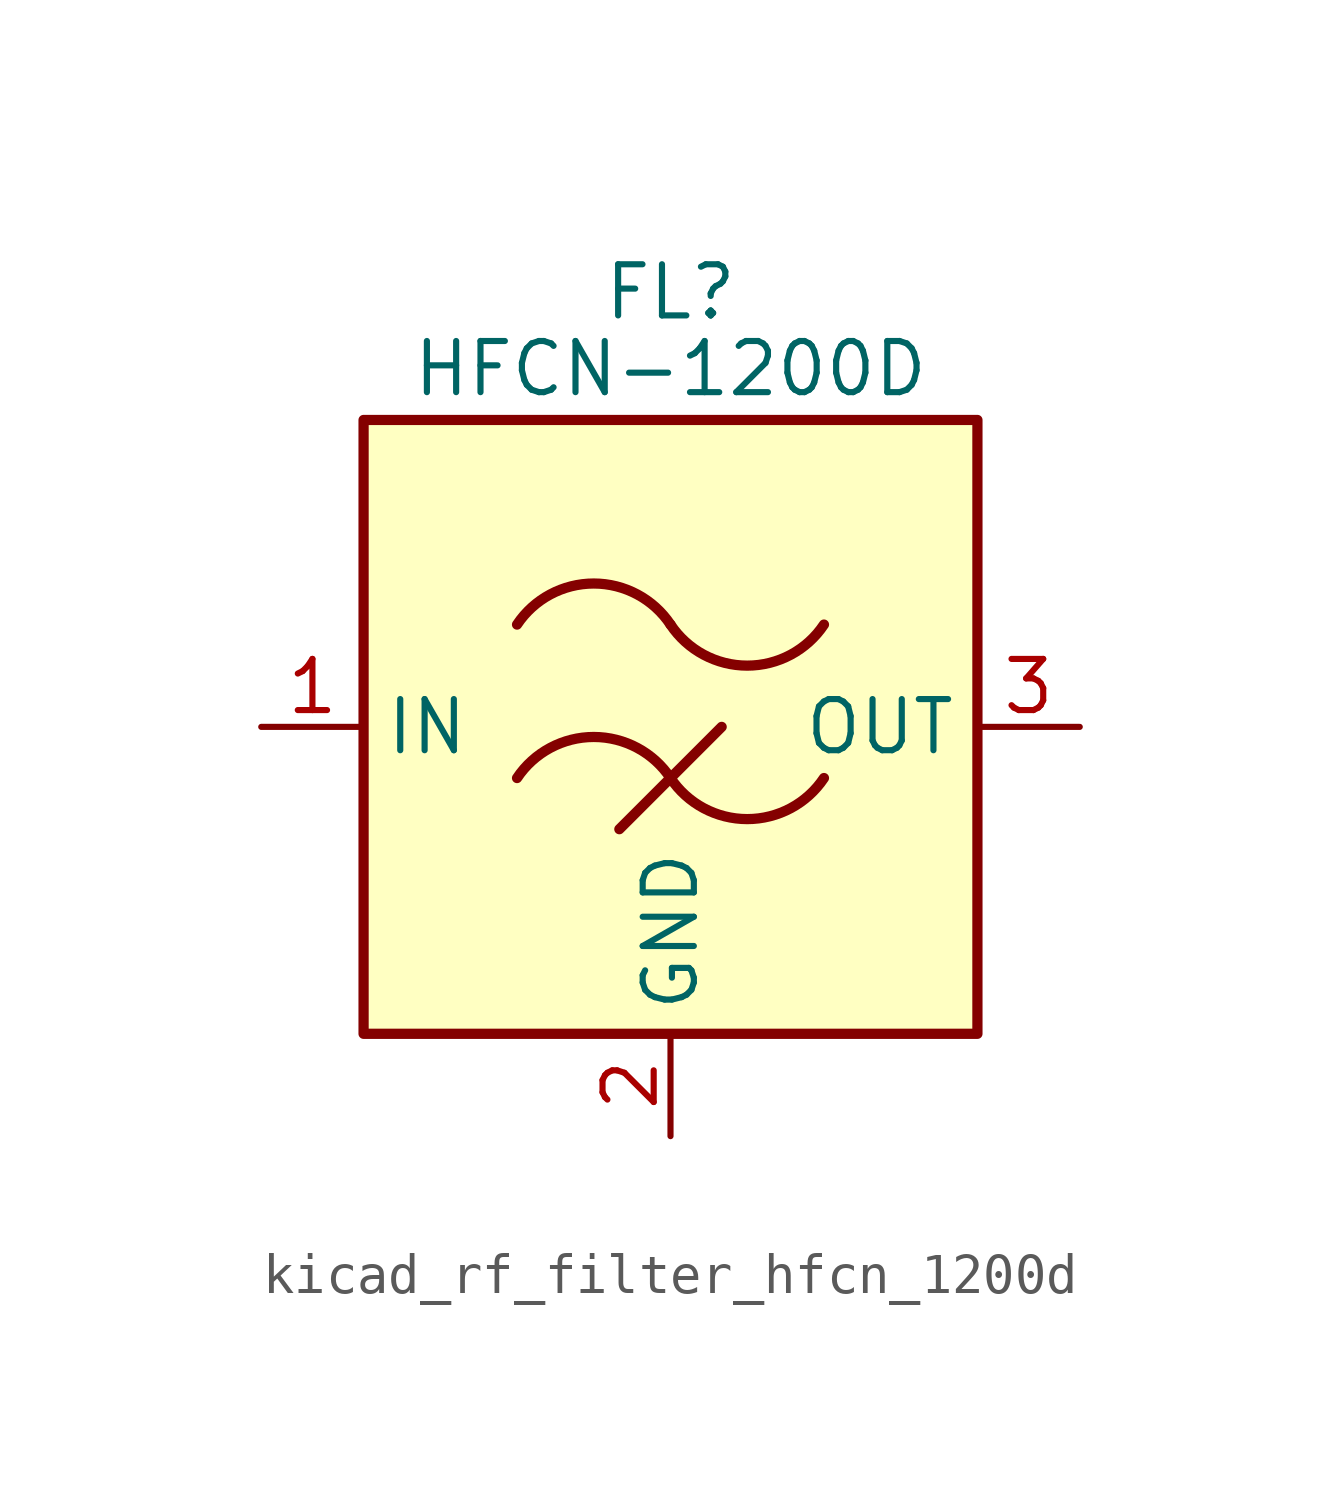
<source format=kicad_sym>
(kicad_symbol_lib
  (version 20220914)
  (generator kicad_symbol_editor)
  (symbol "kicad_rf_filter_hfcn_1200d"
    (property "Reference" "FL"
      (at 0 10.795 0)
      (effects (font (size 1.27 1.27))))
    (property "Value" "HFCN-1200D"
      (at 0 8.89 0)
      (effects (font (size 1.27 1.27))))
    (symbol "kicad_rf_filter_hfcn_1200d_0_1"
      (rectangle (start -7.62 7.62) (end 7.62 -7.62) (stroke (width 0.254) (type default)) (fill (type background)))
      (arc (start 0 -1.27) (mid -1.905 -0.2505) (end -3.81 -1.27) (stroke (width 0.254) (type default)) (fill (type none)))
      (arc (start 0 -1.27) (mid 1.905 -2.2895) (end 3.81 -1.27) (stroke (width 0.254) (type default)) (fill (type none)))
      (polyline (pts (xy -1.27 -2.54) (xy 1.27 0)) (stroke (width 0.254) (type default)) (fill (type none)))
      (arc (start 0 2.54) (mid -1.905 3.5595) (end -3.81 2.54) (stroke (width 0.254) (type default)) (fill (type none)))
      (arc (start 0 2.54) (mid 1.905 1.5205) (end 3.81 2.54) (stroke (width 0.254) (type default)) (fill (type none))))
    (symbol "kicad_rf_filter_hfcn_1200d_1_1"
      (pin passive line (at -10.16 0 0) (length 2.54) (name "IN" (effects (font (size 1.27 1.27)))) (number "1" (effects (font (size 1.27 1.27)))))
      (pin passive line (at 0 -10.16 90) (length 2.54) (name "GND" (effects (font (size 1.27 1.27)))) (number "2" (effects (font (size 1.27 1.27)))))
      (pin passive line (at 10.16 0 180) (length 2.54) (name "OUT" (effects (font (size 1.27 1.27)))) (number "3" (effects (font (size 1.27 1.27)))))
      (pin passive line (at 0 -10.16 90) (length 2.54) hide (name "GND" (effects (font (size 1.27 1.27)))) (number "4" (effects (font (size 1.27 1.27))))))))
</source>
